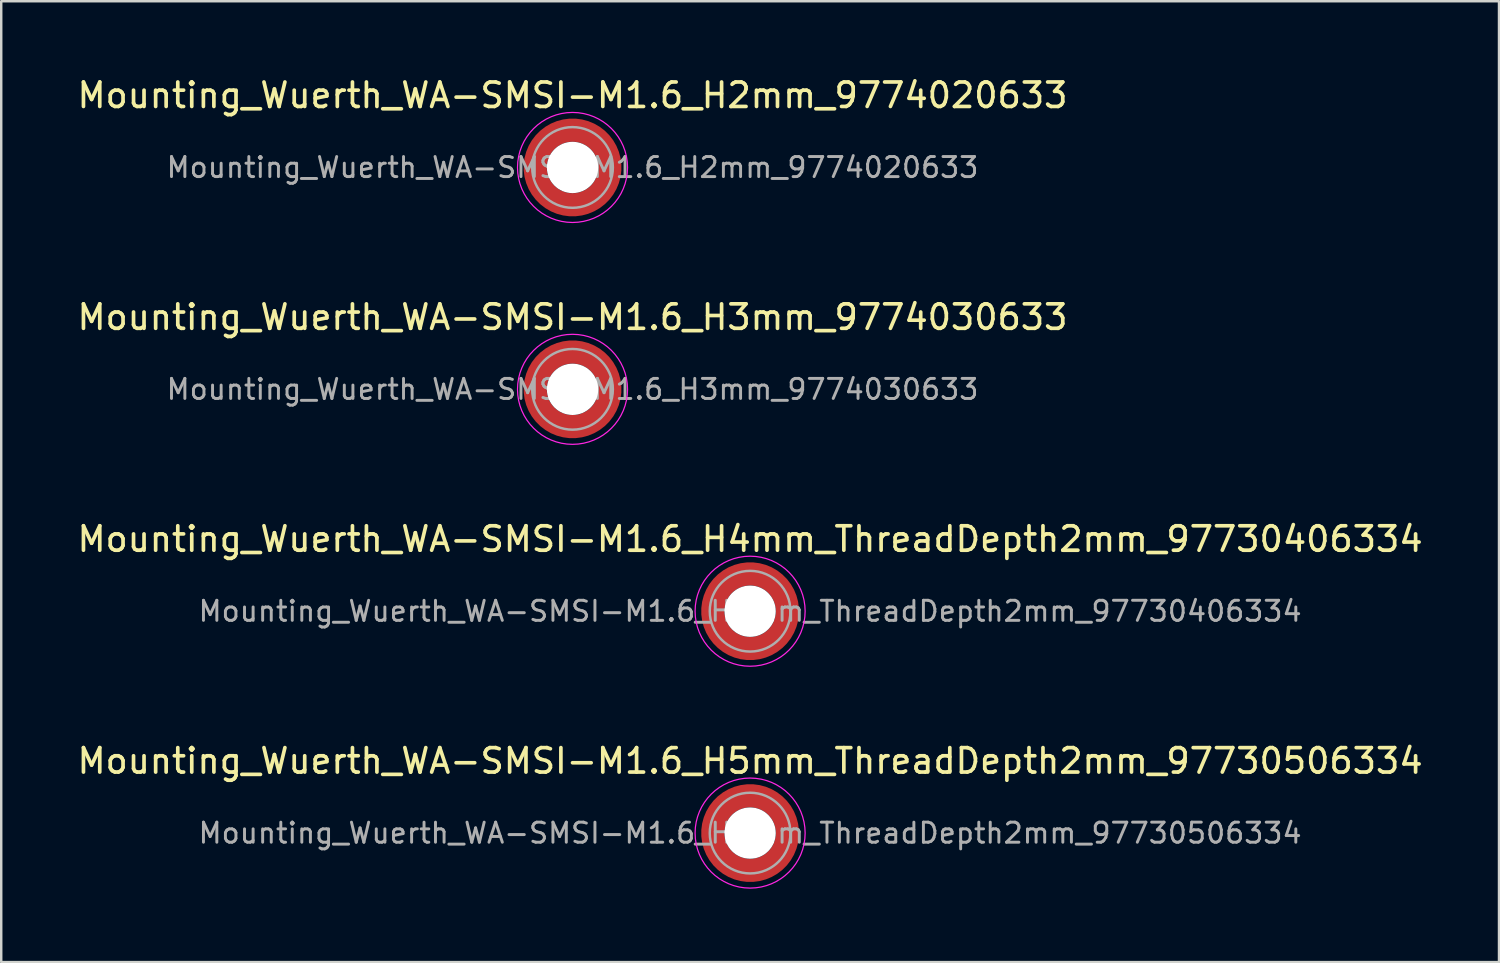
<source format=kicad_pcb>
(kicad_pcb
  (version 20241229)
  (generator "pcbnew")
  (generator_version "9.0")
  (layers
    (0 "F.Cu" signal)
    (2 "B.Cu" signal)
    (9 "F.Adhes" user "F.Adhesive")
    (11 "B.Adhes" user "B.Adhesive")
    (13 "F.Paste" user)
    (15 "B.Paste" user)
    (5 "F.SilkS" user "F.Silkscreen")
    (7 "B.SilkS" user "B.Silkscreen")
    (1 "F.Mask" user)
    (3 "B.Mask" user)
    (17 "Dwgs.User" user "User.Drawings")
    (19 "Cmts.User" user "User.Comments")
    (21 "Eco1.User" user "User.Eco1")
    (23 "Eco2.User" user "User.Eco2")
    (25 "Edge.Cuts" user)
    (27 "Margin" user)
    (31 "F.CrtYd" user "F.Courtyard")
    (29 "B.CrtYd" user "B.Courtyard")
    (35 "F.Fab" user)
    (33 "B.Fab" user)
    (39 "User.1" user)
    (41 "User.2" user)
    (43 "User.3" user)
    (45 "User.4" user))
  (footprint "Mounting_Wuerth_WA-SMSI-M1.6_H4mm_ThreadDepth2mm_97730406334"
    (layer "F.Cu")
    (at 27.625 21.945)
    (property "Reference" "Mounting_Wuerth_WA-SMSI-M1.6_H4mm_ThreadDepth2mm_97730406334" (at 0 -2.95 0) (layer "F.SilkS") (effects (font (size 1 1) (thickness 0.15))))
    (attr smd)
    (fp_circle (center 0 0) (end 2.25 0) (stroke (width 0.05) (type solid)) (fill no) (layer "F.CrtYd"))
    (fp_circle (center 0 0) (end 1.65 0) (stroke (width 0.1) (type solid)) (fill no) (layer "F.Fab"))
    (fp_text user "${REFERENCE}" (at 0 0 0) (layer "F.Fab") (effects (font (size 0.82 0.82) (thickness 0.12))))
    (pad "" smd custom (at -1.061 -1.061) (size 0.4 0.4) (layers "F.Paste") (options (anchor circle)) (primitives (gr_arc (start -0.101235 0.76066) (mid 0.211799 0.212465) (end 0.759748 -0.100999) (width 0.2)) (gr_arc (start -0.204251 0.76066) (mid 0.141299 0.141544) (end 0.760323 -0.204171) (width 0.2)) (gr_arc (start -0.306819 0.76066) (mid 0.070255 0.071167) (end 0.759401 -0.306542) (width 0.2)) (gr_arc (start -0.409034 0.76066) (mid -0.000242 0.000241) (end 0.759991 -0.408897) (width 0.2)) (gr_arc (start -0.510963 0.76066) (mid -0.071561 -0.06986) (end 0.758297 -0.51051) (width 0.2)) (gr_arc (start -0.61266 0.76066) (mid -0.142171 -0.140671) (end 0.758572 -0.612284) (width 0.2)) (gr_arc (start -0.714164 0.76066) (mid -0.212264 -0.212) (end 0.760292 -0.714102) (width 0.2)) (gr_line (start 0.761 -0.101) (end 0.761 -0.714) (width 0.2)) (gr_line (start -0.101 0.761) (end -0.714 0.761) (width 0.2))))
    (pad "" smd custom (at -1.061 1.061) (size 0.4 0.4) (layers "F.Paste") (options (anchor circle)) (primitives (gr_arc (start 0.76066 0.101235) (mid 0.212465 -0.211799) (end -0.100999 -0.759748) (width 0.2)) (gr_arc (start 0.76066 0.204251) (mid 0.141544 -0.141299) (end -0.204171 -0.760323) (width 0.2)) (gr_arc (start 0.76066 0.306819) (mid 0.071167 -0.070255) (end -0.306542 -0.759401) (width 0.2)) (gr_arc (start 0.76066 0.409034) (mid 0.000241 0.000242) (end -0.408897 -0.759991) (width 0.2)) (gr_arc (start 0.76066 0.510963) (mid -0.06986 0.071561) (end -0.51051 -0.758297) (width 0.2)) (gr_arc (start 0.76066 0.61266) (mid -0.140671 0.142171) (end -0.612284 -0.758572) (width 0.2)) (gr_arc (start 0.76066 0.714164) (mid -0.212 0.212264) (end -0.714102 -0.760292) (width 0.2)) (gr_line (start -0.101 -0.761) (end -0.714 -0.761) (width 0.2)) (gr_line (start 0.761 0.101) (end 0.761 0.714) (width 0.2))))
    (pad "" np_thru_hole circle (at 0 0) (size 2.1 2.1) (drill 2.1) (layers "*.Cu" "*.Mask"))
    (pad "" smd custom (at 1.061 -1.061) (size 0.4 0.4) (layers "F.Paste") (options (anchor circle)) (primitives (gr_arc (start -0.76066 -0.101235) (mid -0.212465 0.211799) (end 0.100999 0.759748) (width 0.2)) (gr_arc (start -0.76066 -0.204251) (mid -0.141544 0.141299) (end 0.204171 0.760323) (width 0.2)) (gr_arc (start -0.76066 -0.306819) (mid -0.071167 0.070255) (end 0.306542 0.759401) (width 0.2)) (gr_arc (start -0.76066 -0.409034) (mid -0.000241 -0.000242) (end 0.408897 0.759991) (width 0.2)) (gr_arc (start -0.76066 -0.510963) (mid 0.069859 -0.071561) (end 0.510509 0.758297) (width 0.2)) (gr_arc (start -0.76066 -0.61266) (mid 0.140671 -0.142171) (end 0.612284 0.758572) (width 0.2)) (gr_arc (start -0.76066 -0.714164) (mid 0.212 -0.212264) (end 0.714102 0.760292) (width 0.2)) (gr_line (start 0.101 0.761) (end 0.714 0.761) (width 0.2)) (gr_line (start -0.761 -0.101) (end -0.761 -0.714) (width 0.2))))
    (pad "" smd custom (at 1.061 1.061) (size 0.4 0.4) (layers "F.Paste") (options (anchor circle)) (primitives (gr_arc (start 0.101235 -0.76066) (mid -0.211799 -0.212465) (end -0.759748 0.100999) (width 0.2)) (gr_arc (start 0.204251 -0.76066) (mid -0.141299 -0.141544) (end -0.760323 0.204171) (width 0.2)) (gr_arc (start 0.306819 -0.76066) (mid -0.070255 -0.071167) (end -0.759401 0.306542) (width 0.2)) (gr_arc (start 0.409034 -0.76066) (mid 0.000242 -0.000241) (end -0.759991 0.408897) (width 0.2)) (gr_arc (start 0.510963 -0.76066) (mid 0.071561 0.069859) (end -0.758297 0.510509) (width 0.2)) (gr_arc (start 0.61266 -0.76066) (mid 0.142171 0.140671) (end -0.758572 0.612284) (width 0.2)) (gr_arc (start 0.714164 -0.76066) (mid 0.212264 0.212) (end -0.760292 0.714102) (width 0.2)) (gr_line (start -0.761 0.101) (end -0.761 0.714) (width 0.2)) (gr_line (start 0.101 -0.761) (end 0.714 -0.761) (width 0.2))))
    (pad "1" smd circle (at -1.525 0) (size 0.55 0.55) (layers "F.Cu"))
    (pad "1" smd circle (at 0 -1.525) (size 0.55 0.55) (layers "F.Cu"))
    (pad "1" smd circle (at 0 1.525) (size 0.55 0.55) (layers "F.Cu"))
    (pad "1" smd custom (at 1.525 0) (size 0.55 0.55) (layers "F.Cu" "F.Mask") (options (anchor circle)) (primitives (gr_circle (center -1.525 0) (end 0 0) (width 0.95) (fill no)))))
  (footprint "Mounting_Wuerth_WA-SMSI-M1.6_H2mm_9774020633"
    (layer "F.Cu")
    (at 20.363 3.798)
    (property "Reference" "Mounting_Wuerth_WA-SMSI-M1.6_H2mm_9774020633" (at 0 -2.95 0) (layer "F.SilkS") (effects (font (size 1 1) (thickness 0.15))))
    (attr smd)
    (fp_circle (center 0 0) (end 2.25 0) (stroke (width 0.05) (type solid)) (fill no) (layer "F.CrtYd"))
    (fp_circle (center 0 0) (end 1.65 0) (stroke (width 0.1) (type solid)) (fill no) (layer "F.Fab"))
    (fp_text user "${REFERENCE}" (at 0 0 0) (layer "F.Fab") (effects (font (size 0.82 0.82) (thickness 0.12))))
    (pad "" smd custom (at -1.061 -1.061) (size 0.4 0.4) (layers "F.Paste") (options (anchor circle)) (primitives (gr_arc (start -0.101235 0.76066) (mid 0.211799 0.212465) (end 0.759748 -0.100999) (width 0.2)) (gr_arc (start -0.204251 0.76066) (mid 0.141299 0.141544) (end 0.760323 -0.204171) (width 0.2)) (gr_arc (start -0.306819 0.76066) (mid 0.070255 0.071167) (end 0.759401 -0.306542) (width 0.2)) (gr_arc (start -0.409034 0.76066) (mid -0.000242 0.000241) (end 0.759991 -0.408897) (width 0.2)) (gr_arc (start -0.510963 0.76066) (mid -0.071561 -0.06986) (end 0.758297 -0.51051) (width 0.2)) (gr_arc (start -0.61266 0.76066) (mid -0.142171 -0.140671) (end 0.758572 -0.612284) (width 0.2)) (gr_arc (start -0.714164 0.76066) (mid -0.212264 -0.212) (end 0.760292 -0.714102) (width 0.2)) (gr_line (start 0.761 -0.101) (end 0.761 -0.714) (width 0.2)) (gr_line (start -0.101 0.761) (end -0.714 0.761) (width 0.2))))
    (pad "" smd custom (at -1.061 1.061) (size 0.4 0.4) (layers "F.Paste") (options (anchor circle)) (primitives (gr_arc (start 0.76066 0.101235) (mid 0.212465 -0.211799) (end -0.100999 -0.759748) (width 0.2)) (gr_arc (start 0.76066 0.204251) (mid 0.141544 -0.141299) (end -0.204171 -0.760323) (width 0.2)) (gr_arc (start 0.76066 0.306819) (mid 0.071167 -0.070255) (end -0.306542 -0.759401) (width 0.2)) (gr_arc (start 0.76066 0.409034) (mid 0.000241 0.000242) (end -0.408897 -0.759991) (width 0.2)) (gr_arc (start 0.76066 0.510963) (mid -0.06986 0.071561) (end -0.51051 -0.758297) (width 0.2)) (gr_arc (start 0.76066 0.61266) (mid -0.140671 0.142171) (end -0.612284 -0.758572) (width 0.2)) (gr_arc (start 0.76066 0.714164) (mid -0.212 0.212264) (end -0.714102 -0.760292) (width 0.2)) (gr_line (start -0.101 -0.761) (end -0.714 -0.761) (width 0.2)) (gr_line (start 0.761 0.101) (end 0.761 0.714) (width 0.2))))
    (pad "" np_thru_hole circle (at 0 0) (size 2.1 2.1) (drill 2.1) (layers "*.Cu" "*.Mask"))
    (pad "" smd custom (at 1.061 -1.061) (size 0.4 0.4) (layers "F.Paste") (options (anchor circle)) (primitives (gr_arc (start -0.76066 -0.101235) (mid -0.212465 0.211799) (end 0.100999 0.759748) (width 0.2)) (gr_arc (start -0.76066 -0.204251) (mid -0.141544 0.141299) (end 0.204171 0.760323) (width 0.2)) (gr_arc (start -0.76066 -0.306819) (mid -0.071167 0.070255) (end 0.306542 0.759401) (width 0.2)) (gr_arc (start -0.76066 -0.409034) (mid -0.000241 -0.000242) (end 0.408897 0.759991) (width 0.2)) (gr_arc (start -0.76066 -0.510963) (mid 0.069859 -0.071561) (end 0.510509 0.758297) (width 0.2)) (gr_arc (start -0.76066 -0.61266) (mid 0.140671 -0.142171) (end 0.612284 0.758572) (width 0.2)) (gr_arc (start -0.76066 -0.714164) (mid 0.212 -0.212264) (end 0.714102 0.760292) (width 0.2)) (gr_line (start 0.101 0.761) (end 0.714 0.761) (width 0.2)) (gr_line (start -0.761 -0.101) (end -0.761 -0.714) (width 0.2))))
    (pad "" smd custom (at 1.061 1.061) (size 0.4 0.4) (layers "F.Paste") (options (anchor circle)) (primitives (gr_arc (start 0.101235 -0.76066) (mid -0.211799 -0.212465) (end -0.759748 0.100999) (width 0.2)) (gr_arc (start 0.204251 -0.76066) (mid -0.141299 -0.141544) (end -0.760323 0.204171) (width 0.2)) (gr_arc (start 0.306819 -0.76066) (mid -0.070255 -0.071167) (end -0.759401 0.306542) (width 0.2)) (gr_arc (start 0.409034 -0.76066) (mid 0.000242 -0.000241) (end -0.759991 0.408897) (width 0.2)) (gr_arc (start 0.510963 -0.76066) (mid 0.071561 0.069859) (end -0.758297 0.510509) (width 0.2)) (gr_arc (start 0.61266 -0.76066) (mid 0.142171 0.140671) (end -0.758572 0.612284) (width 0.2)) (gr_arc (start 0.714164 -0.76066) (mid 0.212264 0.212) (end -0.760292 0.714102) (width 0.2)) (gr_line (start -0.761 0.101) (end -0.761 0.714) (width 0.2)) (gr_line (start 0.101 -0.761) (end 0.714 -0.761) (width 0.2))))
    (pad "1" smd circle (at -1.525 0) (size 0.55 0.55) (layers "F.Cu"))
    (pad "1" smd circle (at 0 -1.525) (size 0.55 0.55) (layers "F.Cu"))
    (pad "1" smd circle (at 0 1.525) (size 0.55 0.55) (layers "F.Cu"))
    (pad "1" smd custom (at 1.525 0) (size 0.55 0.55) (layers "F.Cu" "F.Mask") (options (anchor circle)) (primitives (gr_circle (center -1.525 0) (end 0 0) (width 0.95) (fill no)))))
  (footprint "Mounting_Wuerth_WA-SMSI-M1.6_H3mm_9774030633"
    (layer "F.Cu")
    (at 20.363 12.871)
    (property "Reference" "Mounting_Wuerth_WA-SMSI-M1.6_H3mm_9774030633" (at 0 -2.95 0) (layer "F.SilkS") (effects (font (size 1 1) (thickness 0.15))))
    (attr smd)
    (fp_circle (center 0 0) (end 2.25 0) (stroke (width 0.05) (type solid)) (fill no) (layer "F.CrtYd"))
    (fp_circle (center 0 0) (end 1.65 0) (stroke (width 0.1) (type solid)) (fill no) (layer "F.Fab"))
    (fp_text user "${REFERENCE}" (at 0 0 0) (layer "F.Fab") (effects (font (size 0.82 0.82) (thickness 0.12))))
    (pad "" smd custom (at -1.061 -1.061) (size 0.4 0.4) (layers "F.Paste") (options (anchor circle)) (primitives (gr_arc (start -0.101235 0.76066) (mid 0.211799 0.212465) (end 0.759748 -0.100999) (width 0.2)) (gr_arc (start -0.204251 0.76066) (mid 0.141299 0.141544) (end 0.760323 -0.204171) (width 0.2)) (gr_arc (start -0.306819 0.76066) (mid 0.070255 0.071167) (end 0.759401 -0.306542) (width 0.2)) (gr_arc (start -0.409034 0.76066) (mid -0.000242 0.000241) (end 0.759991 -0.408897) (width 0.2)) (gr_arc (start -0.510963 0.76066) (mid -0.071561 -0.06986) (end 0.758297 -0.51051) (width 0.2)) (gr_arc (start -0.61266 0.76066) (mid -0.142171 -0.140671) (end 0.758572 -0.612284) (width 0.2)) (gr_arc (start -0.714164 0.76066) (mid -0.212264 -0.212) (end 0.760292 -0.714102) (width 0.2)) (gr_line (start 0.761 -0.101) (end 0.761 -0.714) (width 0.2)) (gr_line (start -0.101 0.761) (end -0.714 0.761) (width 0.2))))
    (pad "" smd custom (at -1.061 1.061) (size 0.4 0.4) (layers "F.Paste") (options (anchor circle)) (primitives (gr_arc (start 0.76066 0.101235) (mid 0.212465 -0.211799) (end -0.100999 -0.759748) (width 0.2)) (gr_arc (start 0.76066 0.204251) (mid 0.141544 -0.141299) (end -0.204171 -0.760323) (width 0.2)) (gr_arc (start 0.76066 0.306819) (mid 0.071167 -0.070255) (end -0.306542 -0.759401) (width 0.2)) (gr_arc (start 0.76066 0.409034) (mid 0.000241 0.000242) (end -0.408897 -0.759991) (width 0.2)) (gr_arc (start 0.76066 0.510963) (mid -0.06986 0.071561) (end -0.51051 -0.758297) (width 0.2)) (gr_arc (start 0.76066 0.61266) (mid -0.140671 0.142171) (end -0.612284 -0.758572) (width 0.2)) (gr_arc (start 0.76066 0.714164) (mid -0.212 0.212264) (end -0.714102 -0.760292) (width 0.2)) (gr_line (start -0.101 -0.761) (end -0.714 -0.761) (width 0.2)) (gr_line (start 0.761 0.101) (end 0.761 0.714) (width 0.2))))
    (pad "" np_thru_hole circle (at 0 0) (size 2.1 2.1) (drill 2.1) (layers "*.Cu" "*.Mask"))
    (pad "" smd custom (at 1.061 -1.061) (size 0.4 0.4) (layers "F.Paste") (options (anchor circle)) (primitives (gr_arc (start -0.76066 -0.101235) (mid -0.212465 0.211799) (end 0.100999 0.759748) (width 0.2)) (gr_arc (start -0.76066 -0.204251) (mid -0.141544 0.141299) (end 0.204171 0.760323) (width 0.2)) (gr_arc (start -0.76066 -0.306819) (mid -0.071167 0.070255) (end 0.306542 0.759401) (width 0.2)) (gr_arc (start -0.76066 -0.409034) (mid -0.000241 -0.000242) (end 0.408897 0.759991) (width 0.2)) (gr_arc (start -0.76066 -0.510963) (mid 0.069859 -0.071561) (end 0.510509 0.758297) (width 0.2)) (gr_arc (start -0.76066 -0.61266) (mid 0.140671 -0.142171) (end 0.612284 0.758572) (width 0.2)) (gr_arc (start -0.76066 -0.714164) (mid 0.212 -0.212264) (end 0.714102 0.760292) (width 0.2)) (gr_line (start 0.101 0.761) (end 0.714 0.761) (width 0.2)) (gr_line (start -0.761 -0.101) (end -0.761 -0.714) (width 0.2))))
    (pad "" smd custom (at 1.061 1.061) (size 0.4 0.4) (layers "F.Paste") (options (anchor circle)) (primitives (gr_arc (start 0.101235 -0.76066) (mid -0.211799 -0.212465) (end -0.759748 0.100999) (width 0.2)) (gr_arc (start 0.204251 -0.76066) (mid -0.141299 -0.141544) (end -0.760323 0.204171) (width 0.2)) (gr_arc (start 0.306819 -0.76066) (mid -0.070255 -0.071167) (end -0.759401 0.306542) (width 0.2)) (gr_arc (start 0.409034 -0.76066) (mid 0.000242 -0.000241) (end -0.759991 0.408897) (width 0.2)) (gr_arc (start 0.510963 -0.76066) (mid 0.071561 0.069859) (end -0.758297 0.510509) (width 0.2)) (gr_arc (start 0.61266 -0.76066) (mid 0.142171 0.140671) (end -0.758572 0.612284) (width 0.2)) (gr_arc (start 0.714164 -0.76066) (mid 0.212264 0.212) (end -0.760292 0.714102) (width 0.2)) (gr_line (start -0.761 0.101) (end -0.761 0.714) (width 0.2)) (gr_line (start 0.101 -0.761) (end 0.714 -0.761) (width 0.2))))
    (pad "1" smd circle (at -1.525 0) (size 0.55 0.55) (layers "F.Cu"))
    (pad "1" smd circle (at 0 -1.525) (size 0.55 0.55) (layers "F.Cu"))
    (pad "1" smd circle (at 0 1.525) (size 0.55 0.55) (layers "F.Cu"))
    (pad "1" smd custom (at 1.525 0) (size 0.55 0.55) (layers "F.Cu" "F.Mask") (options (anchor circle)) (primitives (gr_circle (center -1.525 0) (end 0 0) (width 0.95) (fill no)))))
  (footprint "Mounting_Wuerth_WA-SMSI-M1.6_H5mm_ThreadDepth2mm_97730506334"
    (layer "F.Cu")
    (at 27.625 31.018)
    (property "Reference" "Mounting_Wuerth_WA-SMSI-M1.6_H5mm_ThreadDepth2mm_97730506334" (at 0 -2.95 0) (layer "F.SilkS") (effects (font (size 1 1) (thickness 0.15))))
    (attr smd)
    (fp_circle (center 0 0) (end 2.25 0) (stroke (width 0.05) (type solid)) (fill no) (layer "F.CrtYd"))
    (fp_circle (center 0 0) (end 1.65 0) (stroke (width 0.1) (type solid)) (fill no) (layer "F.Fab"))
    (fp_text user "${REFERENCE}" (at 0 0 0) (layer "F.Fab") (effects (font (size 0.82 0.82) (thickness 0.12))))
    (pad "" smd custom (at -1.061 -1.061) (size 0.4 0.4) (layers "F.Paste") (options (anchor circle)) (primitives (gr_arc (start -0.101235 0.76066) (mid 0.211799 0.212465) (end 0.759748 -0.100999) (width 0.2)) (gr_arc (start -0.204251 0.76066) (mid 0.141299 0.141544) (end 0.760323 -0.204171) (width 0.2)) (gr_arc (start -0.306819 0.76066) (mid 0.070255 0.071167) (end 0.759401 -0.306542) (width 0.2)) (gr_arc (start -0.409034 0.76066) (mid -0.000242 0.000241) (end 0.759991 -0.408897) (width 0.2)) (gr_arc (start -0.510963 0.76066) (mid -0.071561 -0.06986) (end 0.758297 -0.51051) (width 0.2)) (gr_arc (start -0.61266 0.76066) (mid -0.142171 -0.140671) (end 0.758572 -0.612284) (width 0.2)) (gr_arc (start -0.714164 0.76066) (mid -0.212264 -0.212) (end 0.760292 -0.714102) (width 0.2)) (gr_line (start 0.761 -0.101) (end 0.761 -0.714) (width 0.2)) (gr_line (start -0.101 0.761) (end -0.714 0.761) (width 0.2))))
    (pad "" smd custom (at -1.061 1.061) (size 0.4 0.4) (layers "F.Paste") (options (anchor circle)) (primitives (gr_arc (start 0.76066 0.101235) (mid 0.212465 -0.211799) (end -0.100999 -0.759748) (width 0.2)) (gr_arc (start 0.76066 0.204251) (mid 0.141544 -0.141299) (end -0.204171 -0.760323) (width 0.2)) (gr_arc (start 0.76066 0.306819) (mid 0.071167 -0.070255) (end -0.306542 -0.759401) (width 0.2)) (gr_arc (start 0.76066 0.409034) (mid 0.000241 0.000242) (end -0.408897 -0.759991) (width 0.2)) (gr_arc (start 0.76066 0.510963) (mid -0.06986 0.071561) (end -0.51051 -0.758297) (width 0.2)) (gr_arc (start 0.76066 0.61266) (mid -0.140671 0.142171) (end -0.612284 -0.758572) (width 0.2)) (gr_arc (start 0.76066 0.714164) (mid -0.212 0.212264) (end -0.714102 -0.760292) (width 0.2)) (gr_line (start -0.101 -0.761) (end -0.714 -0.761) (width 0.2)) (gr_line (start 0.761 0.101) (end 0.761 0.714) (width 0.2))))
    (pad "" np_thru_hole circle (at 0 0) (size 2.1 2.1) (drill 2.1) (layers "*.Cu" "*.Mask"))
    (pad "" smd custom (at 1.061 -1.061) (size 0.4 0.4) (layers "F.Paste") (options (anchor circle)) (primitives (gr_arc (start -0.76066 -0.101235) (mid -0.212465 0.211799) (end 0.100999 0.759748) (width 0.2)) (gr_arc (start -0.76066 -0.204251) (mid -0.141544 0.141299) (end 0.204171 0.760323) (width 0.2)) (gr_arc (start -0.76066 -0.306819) (mid -0.071167 0.070255) (end 0.306542 0.759401) (width 0.2)) (gr_arc (start -0.76066 -0.409034) (mid -0.000241 -0.000242) (end 0.408897 0.759991) (width 0.2)) (gr_arc (start -0.76066 -0.510963) (mid 0.069859 -0.071561) (end 0.510509 0.758297) (width 0.2)) (gr_arc (start -0.76066 -0.61266) (mid 0.140671 -0.142171) (end 0.612284 0.758572) (width 0.2)) (gr_arc (start -0.76066 -0.714164) (mid 0.212 -0.212264) (end 0.714102 0.760292) (width 0.2)) (gr_line (start 0.101 0.761) (end 0.714 0.761) (width 0.2)) (gr_line (start -0.761 -0.101) (end -0.761 -0.714) (width 0.2))))
    (pad "" smd custom (at 1.061 1.061) (size 0.4 0.4) (layers "F.Paste") (options (anchor circle)) (primitives (gr_arc (start 0.101235 -0.76066) (mid -0.211799 -0.212465) (end -0.759748 0.100999) (width 0.2)) (gr_arc (start 0.204251 -0.76066) (mid -0.141299 -0.141544) (end -0.760323 0.204171) (width 0.2)) (gr_arc (start 0.306819 -0.76066) (mid -0.070255 -0.071167) (end -0.759401 0.306542) (width 0.2)) (gr_arc (start 0.409034 -0.76066) (mid 0.000242 -0.000241) (end -0.759991 0.408897) (width 0.2)) (gr_arc (start 0.510963 -0.76066) (mid 0.071561 0.069859) (end -0.758297 0.510509) (width 0.2)) (gr_arc (start 0.61266 -0.76066) (mid 0.142171 0.140671) (end -0.758572 0.612284) (width 0.2)) (gr_arc (start 0.714164 -0.76066) (mid 0.212264 0.212) (end -0.760292 0.714102) (width 0.2)) (gr_line (start -0.761 0.101) (end -0.761 0.714) (width 0.2)) (gr_line (start 0.101 -0.761) (end 0.714 -0.761) (width 0.2))))
    (pad "1" smd circle (at -1.525 0) (size 0.55 0.55) (layers "F.Cu"))
    (pad "1" smd circle (at 0 -1.525) (size 0.55 0.55) (layers "F.Cu"))
    (pad "1" smd circle (at 0 1.525) (size 0.55 0.55) (layers "F.Cu"))
    (pad "1" smd custom (at 1.525 0) (size 0.55 0.55) (layers "F.Cu" "F.Mask") (options (anchor circle)) (primitives (gr_circle (center -1.525 0) (end 0 0) (width 0.95) (fill no)))))
  (gr_rect
    (start -3 -3)
    (end 58.25 36.293)
    (stroke (width 0.1) (type default))
    (fill no)
    (layer "Edge.Cuts")))
</source>
